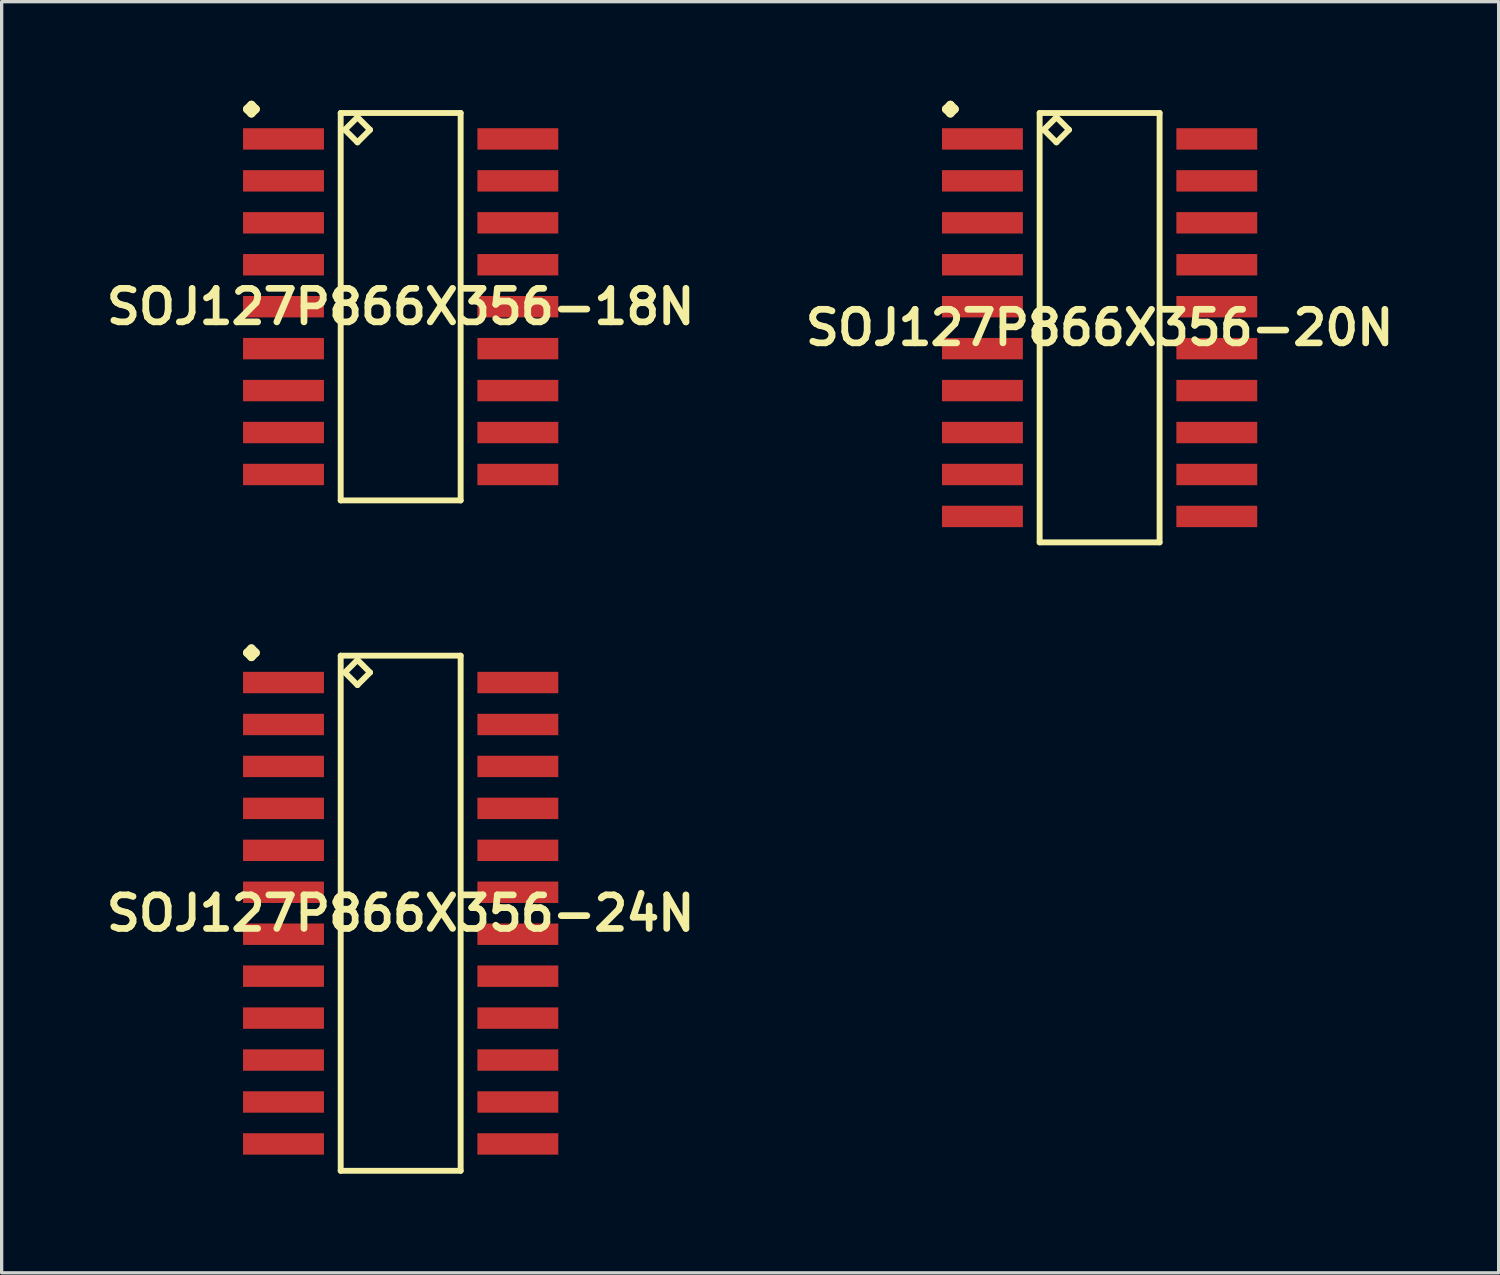
<source format=kicad_pcb>
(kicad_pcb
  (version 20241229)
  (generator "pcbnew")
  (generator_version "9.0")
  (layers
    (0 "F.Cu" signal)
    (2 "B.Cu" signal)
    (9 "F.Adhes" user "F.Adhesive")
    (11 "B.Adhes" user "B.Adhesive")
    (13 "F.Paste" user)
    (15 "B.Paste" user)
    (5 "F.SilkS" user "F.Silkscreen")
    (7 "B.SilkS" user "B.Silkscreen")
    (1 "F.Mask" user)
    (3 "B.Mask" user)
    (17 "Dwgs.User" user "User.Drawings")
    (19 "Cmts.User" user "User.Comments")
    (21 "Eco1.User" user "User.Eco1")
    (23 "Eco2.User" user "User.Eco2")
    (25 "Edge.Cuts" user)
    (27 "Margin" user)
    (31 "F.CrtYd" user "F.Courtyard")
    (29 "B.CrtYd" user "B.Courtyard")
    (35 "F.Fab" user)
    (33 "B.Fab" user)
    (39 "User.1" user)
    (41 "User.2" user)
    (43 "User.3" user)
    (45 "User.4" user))
  (footprint "SOJ127P866X356-24N"
    (layer "F.Cu")
    (at 9.081 24.6)
    (property "Reference" "SOJ127P866X356-24N" (at 0 0 0) (layer "F.SilkS") (effects (font (size 1.016 1.016) (thickness 0.203))))
    (attr smd)
    (fp_line (start -4.646 -7.887) (end -4.519 -8.014) (stroke (width 0.254) (type solid)) (layer "F.SilkS"))
    (fp_line (start -4.519 -8.014) (end -4.392 -7.887) (stroke (width 0.254) (type solid)) (layer "F.SilkS"))
    (fp_line (start -4.519 -7.76) (end -4.646 -7.887) (stroke (width 0.254) (type solid)) (layer "F.SilkS"))
    (fp_line (start -4.392 -7.887) (end -4.519 -7.76) (stroke (width 0.254) (type solid)) (layer "F.SilkS"))
    (fp_line (start -1.816 -7.798) (end -1.816 7.798) (stroke (width 0.178) (type solid)) (layer "F.SilkS"))
    (fp_line (start -1.816 7.798) (end 1.816 7.798) (stroke (width 0.178) (type solid)) (layer "F.SilkS"))
    (fp_line (start -1.689 -7.29) (end -1.308 -7.671) (stroke (width 0.178) (type solid)) (layer "F.SilkS"))
    (fp_line (start -1.308 -7.671) (end -0.927 -7.29) (stroke (width 0.178) (type solid)) (layer "F.SilkS"))
    (fp_line (start -1.308 -6.909) (end -1.689 -7.29) (stroke (width 0.178) (type solid)) (layer "F.SilkS"))
    (fp_line (start -0.927 -7.29) (end -1.308 -6.909) (stroke (width 0.178) (type solid)) (layer "F.SilkS"))
    (fp_line (start 1.816 -7.798) (end -1.816 -7.798) (stroke (width 0.178) (type solid)) (layer "F.SilkS"))
    (fp_line (start 1.816 7.798) (end 1.816 -7.798) (stroke (width 0.178) (type solid)) (layer "F.SilkS"))
    (pad "1" smd rect (at -3.548 -6.985) (size 2.449 0.648) (layers "F.Cu" "F.Mask" "F.Paste"))
    (pad "2" smd rect (at -3.548 -5.715) (size 2.449 0.648) (layers "F.Cu" "F.Mask" "F.Paste"))
    (pad "3" smd rect (at -3.548 -4.445) (size 2.449 0.648) (layers "F.Cu" "F.Mask" "F.Paste"))
    (pad "4" smd rect (at -3.548 -3.175) (size 2.449 0.648) (layers "F.Cu" "F.Mask" "F.Paste"))
    (pad "5" smd rect (at -3.548 -1.905) (size 2.449 0.648) (layers "F.Cu" "F.Mask" "F.Paste"))
    (pad "6" smd rect (at -3.548 -0.635) (size 2.449 0.648) (layers "F.Cu" "F.Mask" "F.Paste"))
    (pad "7" smd rect (at -3.548 0.635) (size 2.449 0.648) (layers "F.Cu" "F.Mask" "F.Paste"))
    (pad "8" smd rect (at -3.548 1.905) (size 2.449 0.648) (layers "F.Cu" "F.Mask" "F.Paste"))
    (pad "9" smd rect (at -3.548 3.175) (size 2.449 0.648) (layers "F.Cu" "F.Mask" "F.Paste"))
    (pad "10" smd rect (at -3.548 4.445) (size 2.449 0.648) (layers "F.Cu" "F.Mask" "F.Paste"))
    (pad "11" smd rect (at -3.548 5.715) (size 2.449 0.648) (layers "F.Cu" "F.Mask" "F.Paste"))
    (pad "12" smd rect (at -3.548 6.985) (size 2.449 0.648) (layers "F.Cu" "F.Mask" "F.Paste"))
    (pad "13" smd rect (at 3.548 6.985) (size 2.449 0.648) (layers "F.Cu" "F.Mask" "F.Paste"))
    (pad "14" smd rect (at 3.548 5.715) (size 2.449 0.648) (layers "F.Cu" "F.Mask" "F.Paste"))
    (pad "15" smd rect (at 3.548 4.445) (size 2.449 0.648) (layers "F.Cu" "F.Mask" "F.Paste"))
    (pad "16" smd rect (at 3.548 3.175) (size 2.449 0.648) (layers "F.Cu" "F.Mask" "F.Paste"))
    (pad "17" smd rect (at 3.548 1.905) (size 2.449 0.648) (layers "F.Cu" "F.Mask" "F.Paste"))
    (pad "18" smd rect (at 3.548 0.635) (size 2.449 0.648) (layers "F.Cu" "F.Mask" "F.Paste"))
    (pad "19" smd rect (at 3.548 -0.635) (size 2.449 0.648) (layers "F.Cu" "F.Mask" "F.Paste"))
    (pad "20" smd rect (at 3.548 -1.905) (size 2.449 0.648) (layers "F.Cu" "F.Mask" "F.Paste"))
    (pad "21" smd rect (at 3.548 -3.175) (size 2.449 0.648) (layers "F.Cu" "F.Mask" "F.Paste"))
    (pad "22" smd rect (at 3.548 -4.445) (size 2.449 0.648) (layers "F.Cu" "F.Mask" "F.Paste"))
    (pad "23" smd rect (at 3.548 -5.715) (size 2.449 0.648) (layers "F.Cu" "F.Mask" "F.Paste"))
    (pad "24" smd rect (at 3.548 -6.985) (size 2.449 0.648) (layers "F.Cu" "F.Mask" "F.Paste")))
  (footprint "SOJ127P866X356-20N"
    (layer "F.Cu")
    (at 30.243 6.871)
    (property "Reference" "SOJ127P866X356-20N" (at 0 0 0) (layer "F.SilkS") (effects (font (size 1.016 1.016) (thickness 0.203))))
    (attr smd)
    (fp_line (start -4.646 -6.617) (end -4.519 -6.744) (stroke (width 0.254) (type solid)) (layer "F.SilkS"))
    (fp_line (start -4.519 -6.744) (end -4.392 -6.617) (stroke (width 0.254) (type solid)) (layer "F.SilkS"))
    (fp_line (start -4.519 -6.49) (end -4.646 -6.617) (stroke (width 0.254) (type solid)) (layer "F.SilkS"))
    (fp_line (start -4.392 -6.617) (end -4.519 -6.49) (stroke (width 0.254) (type solid)) (layer "F.SilkS"))
    (fp_line (start -1.816 -6.5) (end -1.816 6.5) (stroke (width 0.178) (type solid)) (layer "F.SilkS"))
    (fp_line (start -1.816 6.5) (end 1.816 6.5) (stroke (width 0.178) (type solid)) (layer "F.SilkS"))
    (fp_line (start -1.689 -5.992) (end -1.308 -6.373) (stroke (width 0.178) (type solid)) (layer "F.SilkS"))
    (fp_line (start -1.308 -6.373) (end -0.927 -5.992) (stroke (width 0.178) (type solid)) (layer "F.SilkS"))
    (fp_line (start -1.308 -5.611) (end -1.689 -5.992) (stroke (width 0.178) (type solid)) (layer "F.SilkS"))
    (fp_line (start -0.927 -5.992) (end -1.308 -5.611) (stroke (width 0.178) (type solid)) (layer "F.SilkS"))
    (fp_line (start 1.816 -6.5) (end -1.816 -6.5) (stroke (width 0.178) (type solid)) (layer "F.SilkS"))
    (fp_line (start 1.816 6.5) (end 1.816 -6.5) (stroke (width 0.178) (type solid)) (layer "F.SilkS"))
    (pad "1" smd rect (at -3.548 -5.715) (size 2.449 0.648) (layers "F.Cu" "F.Mask" "F.Paste"))
    (pad "2" smd rect (at -3.548 -4.445) (size 2.449 0.648) (layers "F.Cu" "F.Mask" "F.Paste"))
    (pad "3" smd rect (at -3.548 -3.175) (size 2.449 0.648) (layers "F.Cu" "F.Mask" "F.Paste"))
    (pad "4" smd rect (at -3.548 -1.905) (size 2.449 0.648) (layers "F.Cu" "F.Mask" "F.Paste"))
    (pad "5" smd rect (at -3.548 -0.635) (size 2.449 0.648) (layers "F.Cu" "F.Mask" "F.Paste"))
    (pad "6" smd rect (at -3.548 0.635) (size 2.449 0.648) (layers "F.Cu" "F.Mask" "F.Paste"))
    (pad "7" smd rect (at -3.548 1.905) (size 2.449 0.648) (layers "F.Cu" "F.Mask" "F.Paste"))
    (pad "8" smd rect (at -3.548 3.175) (size 2.449 0.648) (layers "F.Cu" "F.Mask" "F.Paste"))
    (pad "9" smd rect (at -3.548 4.445) (size 2.449 0.648) (layers "F.Cu" "F.Mask" "F.Paste"))
    (pad "10" smd rect (at -3.548 5.715) (size 2.449 0.648) (layers "F.Cu" "F.Mask" "F.Paste"))
    (pad "11" smd rect (at 3.548 5.715) (size 2.449 0.648) (layers "F.Cu" "F.Mask" "F.Paste"))
    (pad "12" smd rect (at 3.548 4.445) (size 2.449 0.648) (layers "F.Cu" "F.Mask" "F.Paste"))
    (pad "13" smd rect (at 3.548 3.175) (size 2.449 0.648) (layers "F.Cu" "F.Mask" "F.Paste"))
    (pad "14" smd rect (at 3.548 1.905) (size 2.449 0.648) (layers "F.Cu" "F.Mask" "F.Paste"))
    (pad "15" smd rect (at 3.548 0.635) (size 2.449 0.648) (layers "F.Cu" "F.Mask" "F.Paste"))
    (pad "16" smd rect (at 3.548 -0.635) (size 2.449 0.648) (layers "F.Cu" "F.Mask" "F.Paste"))
    (pad "17" smd rect (at 3.548 -1.905) (size 2.449 0.648) (layers "F.Cu" "F.Mask" "F.Paste"))
    (pad "18" smd rect (at 3.548 -3.175) (size 2.449 0.648) (layers "F.Cu" "F.Mask" "F.Paste"))
    (pad "19" smd rect (at 3.548 -4.445) (size 2.449 0.648) (layers "F.Cu" "F.Mask" "F.Paste"))
    (pad "20" smd rect (at 3.548 -5.715) (size 2.449 0.648) (layers "F.Cu" "F.Mask" "F.Paste")))
  (footprint "SOJ127P866X356-18N"
    (layer "F.Cu")
    (at 9.081 6.236)
    (property "Reference" "SOJ127P866X356-18N" (at 0 0 0) (layer "F.SilkS") (effects (font (size 1.016 1.016) (thickness 0.203))))
    (attr smd)
    (fp_line (start -4.646 -5.982) (end -4.519 -6.109) (stroke (width 0.254) (type solid)) (layer "F.SilkS"))
    (fp_line (start -4.519 -6.109) (end -4.392 -5.982) (stroke (width 0.254) (type solid)) (layer "F.SilkS"))
    (fp_line (start -4.519 -5.855) (end -4.646 -5.982) (stroke (width 0.254) (type solid)) (layer "F.SilkS"))
    (fp_line (start -4.392 -5.982) (end -4.519 -5.855) (stroke (width 0.254) (type solid)) (layer "F.SilkS"))
    (fp_line (start -1.816 -5.865) (end -1.816 5.865) (stroke (width 0.178) (type solid)) (layer "F.SilkS"))
    (fp_line (start -1.816 5.865) (end 1.816 5.865) (stroke (width 0.178) (type solid)) (layer "F.SilkS"))
    (fp_line (start -1.689 -5.357) (end -1.308 -5.738) (stroke (width 0.178) (type solid)) (layer "F.SilkS"))
    (fp_line (start -1.308 -5.738) (end -0.927 -5.357) (stroke (width 0.178) (type solid)) (layer "F.SilkS"))
    (fp_line (start -1.308 -4.976) (end -1.689 -5.357) (stroke (width 0.178) (type solid)) (layer "F.SilkS"))
    (fp_line (start -0.927 -5.357) (end -1.308 -4.976) (stroke (width 0.178) (type solid)) (layer "F.SilkS"))
    (fp_line (start 1.816 -5.865) (end -1.816 -5.865) (stroke (width 0.178) (type solid)) (layer "F.SilkS"))
    (fp_line (start 1.816 5.865) (end 1.816 -5.865) (stroke (width 0.178) (type solid)) (layer "F.SilkS"))
    (pad "1" smd rect (at -3.548 -5.08) (size 2.449 0.648) (layers "F.Cu" "F.Mask" "F.Paste"))
    (pad "2" smd rect (at -3.548 -3.81) (size 2.449 0.648) (layers "F.Cu" "F.Mask" "F.Paste"))
    (pad "3" smd rect (at -3.548 -2.54) (size 2.449 0.648) (layers "F.Cu" "F.Mask" "F.Paste"))
    (pad "4" smd rect (at -3.548 -1.27) (size 2.449 0.648) (layers "F.Cu" "F.Mask" "F.Paste"))
    (pad "5" smd rect (at -3.548 0) (size 2.449 0.648) (layers "F.Cu" "F.Mask" "F.Paste"))
    (pad "6" smd rect (at -3.548 1.27) (size 2.449 0.648) (layers "F.Cu" "F.Mask" "F.Paste"))
    (pad "7" smd rect (at -3.548 2.54) (size 2.449 0.648) (layers "F.Cu" "F.Mask" "F.Paste"))
    (pad "8" smd rect (at -3.548 3.81) (size 2.449 0.648) (layers "F.Cu" "F.Mask" "F.Paste"))
    (pad "9" smd rect (at -3.548 5.08) (size 2.449 0.648) (layers "F.Cu" "F.Mask" "F.Paste"))
    (pad "10" smd rect (at 3.548 5.08) (size 2.449 0.648) (layers "F.Cu" "F.Mask" "F.Paste"))
    (pad "11" smd rect (at 3.548 3.81) (size 2.449 0.648) (layers "F.Cu" "F.Mask" "F.Paste"))
    (pad "12" smd rect (at 3.548 2.54) (size 2.449 0.648) (layers "F.Cu" "F.Mask" "F.Paste"))
    (pad "13" smd rect (at 3.548 1.27) (size 2.449 0.648) (layers "F.Cu" "F.Mask" "F.Paste"))
    (pad "14" smd rect (at 3.548 0) (size 2.449 0.648) (layers "F.Cu" "F.Mask" "F.Paste"))
    (pad "15" smd rect (at 3.548 -1.27) (size 2.449 0.648) (layers "F.Cu" "F.Mask" "F.Paste"))
    (pad "16" smd rect (at 3.548 -2.54) (size 2.449 0.648) (layers "F.Cu" "F.Mask" "F.Paste"))
    (pad "17" smd rect (at 3.548 -3.81) (size 2.449 0.648) (layers "F.Cu" "F.Mask" "F.Paste"))
    (pad "18" smd rect (at 3.548 -5.08) (size 2.449 0.648) (layers "F.Cu" "F.Mask" "F.Paste")))
  (gr_rect
    (start -3 -3)
    (end 42.324 35.487)
    (stroke (width 0.1) (type default))
    (fill no)
    (layer "Edge.Cuts")))
</source>
